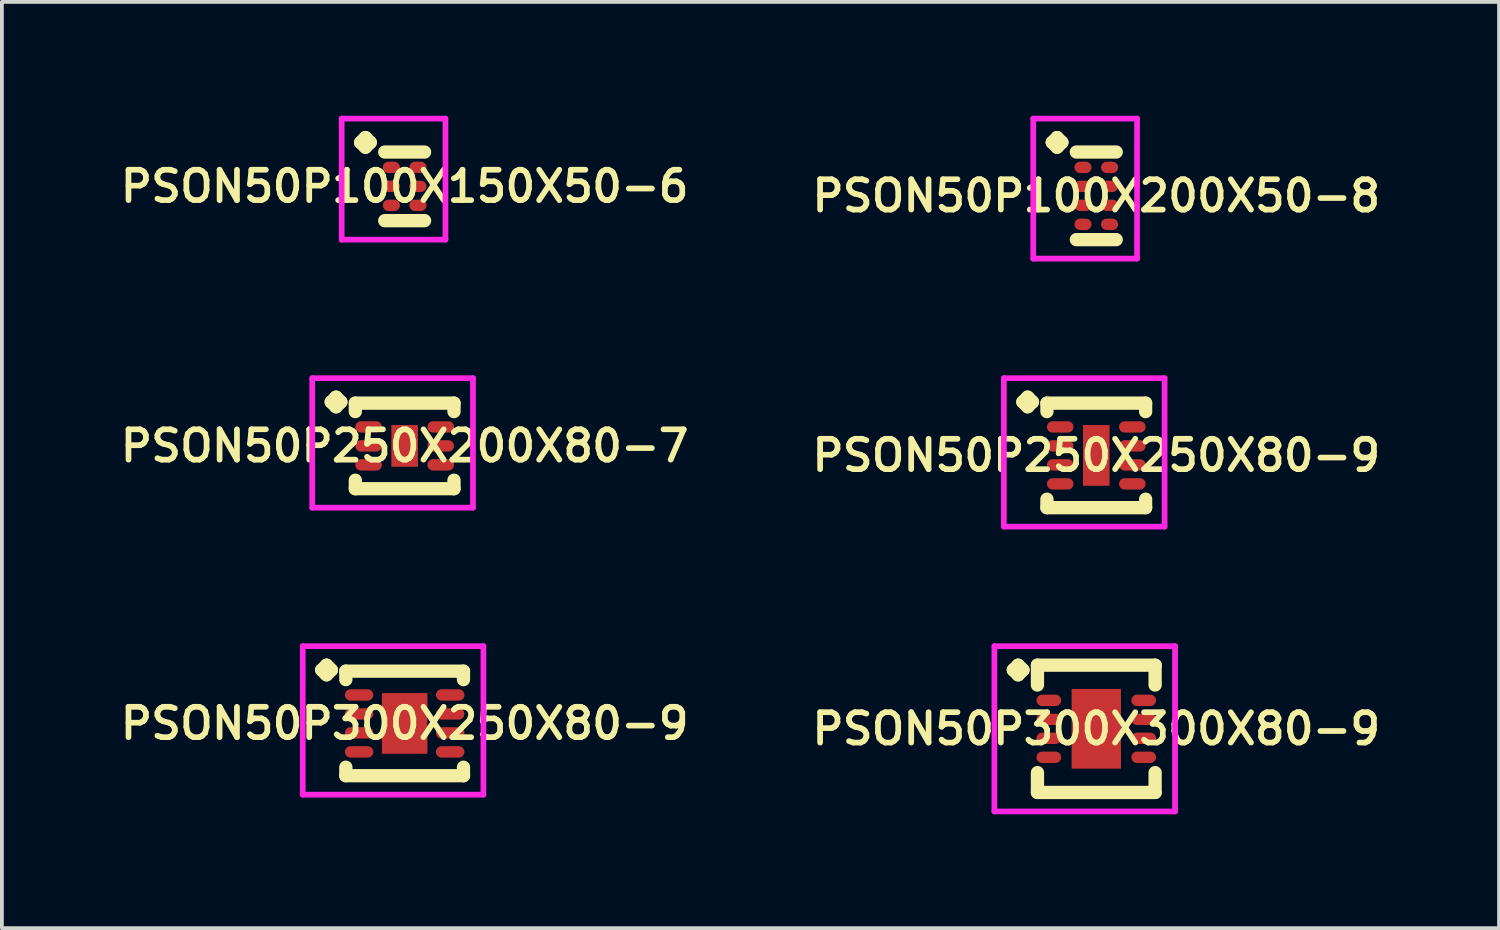
<source format=kicad_pcb>
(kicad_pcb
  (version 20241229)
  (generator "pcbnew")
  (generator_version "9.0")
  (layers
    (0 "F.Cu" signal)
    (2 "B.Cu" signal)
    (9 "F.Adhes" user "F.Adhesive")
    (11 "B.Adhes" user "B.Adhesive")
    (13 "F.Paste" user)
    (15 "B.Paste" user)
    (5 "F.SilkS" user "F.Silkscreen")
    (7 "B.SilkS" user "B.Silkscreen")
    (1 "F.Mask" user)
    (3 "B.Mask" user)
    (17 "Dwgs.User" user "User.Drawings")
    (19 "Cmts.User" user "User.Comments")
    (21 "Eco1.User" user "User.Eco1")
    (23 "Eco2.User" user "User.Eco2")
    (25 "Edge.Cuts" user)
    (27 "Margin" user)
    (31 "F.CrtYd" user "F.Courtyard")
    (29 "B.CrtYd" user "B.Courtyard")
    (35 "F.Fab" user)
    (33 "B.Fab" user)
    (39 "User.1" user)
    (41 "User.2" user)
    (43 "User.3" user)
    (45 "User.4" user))
  (footprint "PSON50P250X250X80-9"
    (layer "F.Cu")
    (at 25.835 8.949)
    (property "Reference" "PSON50P250X250X80-9" (at 0 0 0) (layer "F.SilkS") (effects (font (size 0.8 0.8) (thickness 0.15))))
    (attr smd)
    (fp_line (start -1.935 -1.408) (end -1.808 -1.535) (stroke (width 0.35) (type solid)) (layer "F.SilkS"))
    (fp_line (start -1.808 -1.535) (end -1.681 -1.408) (stroke (width 0.35) (type solid)) (layer "F.SilkS"))
    (fp_line (start -1.808 -1.281) (end -1.935 -1.408) (stroke (width 0.35) (type solid)) (layer "F.SilkS"))
    (fp_line (start -1.681 -1.408) (end -1.808 -1.281) (stroke (width 0.35) (type solid)) (layer "F.SilkS"))
    (fp_line (start -1.3 -1.377) (end 1.3 -1.377) (stroke (width 0.35) (type solid)) (layer "F.SilkS"))
    (fp_line (start -1.3 -1.154) (end -1.3 -1.377) (stroke (width 0.35) (type solid)) (layer "F.SilkS"))
    (fp_line (start -1.3 1.154) (end -1.3 1.377) (stroke (width 0.35) (type solid)) (layer "F.SilkS"))
    (fp_line (start -1.3 1.377) (end 1.3 1.377) (stroke (width 0.35) (type solid)) (layer "F.SilkS"))
    (fp_line (start 1.3 -1.377) (end 1.3 -1.154) (stroke (width 0.35) (type solid)) (layer "F.SilkS"))
    (fp_line (start 1.3 1.377) (end 1.3 1.154) (stroke (width 0.35) (type solid)) (layer "F.SilkS"))
    (fp_line (start -2.435 -2.035) (end 1.8 -2.035) (stroke (width 0.15) (type solid)) (layer "F.CrtYd"))
    (fp_line (start -2.435 1.877) (end -2.435 -2.035) (stroke (width 0.15) (type solid)) (layer "F.CrtYd"))
    (fp_line (start 1.8 -2.035) (end 1.8 1.877) (stroke (width 0.15) (type solid)) (layer "F.CrtYd"))
    (fp_line (start 1.8 1.877) (end -2.435 1.877) (stroke (width 0.15) (type solid)) (layer "F.CrtYd"))
    (pad "1" smd oval (at -0.95 -0.75) (size 0.7 0.3) (layers "F.Cu" "F.Mask" "F.Paste"))
    (pad "2" smd oval (at -0.95 -0.25) (size 0.7 0.3) (layers "F.Cu" "F.Mask" "F.Paste"))
    (pad "3" smd oval (at -0.95 0.25) (size 0.7 0.3) (layers "F.Cu" "F.Mask" "F.Paste"))
    (pad "4" smd oval (at -0.95 0.75) (size 0.7 0.3) (layers "F.Cu" "F.Mask" "F.Paste"))
    (pad "5" smd oval (at 0.95 0.75) (size 0.7 0.3) (layers "F.Cu" "F.Mask" "F.Paste"))
    (pad "6" smd oval (at 0.95 0.25) (size 0.7 0.3) (layers "F.Cu" "F.Mask" "F.Paste"))
    (pad "7" smd oval (at 0.95 -0.25) (size 0.7 0.3) (layers "F.Cu" "F.Mask" "F.Paste"))
    (pad "8" smd oval (at 0.95 -0.75) (size 0.7 0.3) (layers "F.Cu" "F.Mask" "F.Paste"))
    (pad "9" smd rect (at 0 0) (size 0.7 1.6) (layers "F.Cu" "F.Mask" "F.Paste")))
  (footprint "PSON50P300X300X80-9"
    (layer "F.Cu")
    (at 25.835 16.153)
    (property "Reference" "PSON50P300X300X80-9" (at 0 0 0) (layer "F.SilkS") (effects (font (size 0.8 0.8) (thickness 0.15))))
    (attr smd)
    (fp_line (start -2.185 -1.55) (end -2.058 -1.677) (stroke (width 0.35) (type solid)) (layer "F.SilkS"))
    (fp_line (start -2.058 -1.677) (end -1.931 -1.55) (stroke (width 0.35) (type solid)) (layer "F.SilkS"))
    (fp_line (start -2.058 -1.423) (end -2.185 -1.55) (stroke (width 0.35) (type solid)) (layer "F.SilkS"))
    (fp_line (start -1.931 -1.55) (end -2.058 -1.423) (stroke (width 0.35) (type solid)) (layer "F.SilkS"))
    (fp_line (start -1.55 -1.677) (end 1.55 -1.677) (stroke (width 0.35) (type solid)) (layer "F.SilkS"))
    (fp_line (start -1.55 -1.154) (end -1.55 -1.677) (stroke (width 0.35) (type solid)) (layer "F.SilkS"))
    (fp_line (start -1.55 1.154) (end -1.55 1.677) (stroke (width 0.35) (type solid)) (layer "F.SilkS"))
    (fp_line (start -1.55 1.677) (end 1.55 1.677) (stroke (width 0.35) (type solid)) (layer "F.SilkS"))
    (fp_line (start 1.55 -1.677) (end 1.55 -1.154) (stroke (width 0.35) (type solid)) (layer "F.SilkS"))
    (fp_line (start 1.55 1.677) (end 1.55 1.154) (stroke (width 0.35) (type solid)) (layer "F.SilkS"))
    (fp_line (start -2.685 -2.177) (end 2.075 -2.177) (stroke (width 0.15) (type solid)) (layer "F.CrtYd"))
    (fp_line (start -2.685 2.177) (end -2.685 -2.177) (stroke (width 0.15) (type solid)) (layer "F.CrtYd"))
    (fp_line (start 2.075 -2.177) (end 2.075 2.177) (stroke (width 0.15) (type solid)) (layer "F.CrtYd"))
    (fp_line (start 2.075 2.177) (end -2.685 2.177) (stroke (width 0.15) (type solid)) (layer "F.CrtYd"))
    (pad "1" smd oval (at -1.25 -0.75) (size 0.65 0.3) (layers "F.Cu" "F.Mask" "F.Paste"))
    (pad "2" smd oval (at -1.25 -0.25) (size 0.65 0.3) (layers "F.Cu" "F.Mask" "F.Paste"))
    (pad "3" smd oval (at -1.25 0.25) (size 0.65 0.3) (layers "F.Cu" "F.Mask" "F.Paste"))
    (pad "4" smd oval (at -1.25 0.75) (size 0.65 0.3) (layers "F.Cu" "F.Mask" "F.Paste"))
    (pad "5" smd oval (at 1.25 0.75) (size 0.65 0.3) (layers "F.Cu" "F.Mask" "F.Paste"))
    (pad "6" smd oval (at 1.25 0.25) (size 0.65 0.3) (layers "F.Cu" "F.Mask" "F.Paste"))
    (pad "7" smd oval (at 1.25 -0.25) (size 0.65 0.3) (layers "F.Cu" "F.Mask" "F.Paste"))
    (pad "8" smd oval (at 1.25 -0.75) (size 0.65 0.3) (layers "F.Cu" "F.Mask" "F.Paste"))
    (pad "9" smd rect (at 0 0) (size 1.3 2.1) (layers "F.Cu" "F.Mask" "F.Paste")))
  (footprint "PSON50P300X250X80-9"
    (layer "F.Cu")
    (at 7.612 16.011)
    (property "Reference" "PSON50P300X250X80-9" (at 0 0 0) (layer "F.SilkS") (effects (font (size 0.8 0.8) (thickness 0.15))))
    (attr smd)
    (fp_line (start -2.185 -1.408) (end -2.058 -1.535) (stroke (width 0.35) (type solid)) (layer "F.SilkS"))
    (fp_line (start -2.058 -1.535) (end -1.931 -1.408) (stroke (width 0.35) (type solid)) (layer "F.SilkS"))
    (fp_line (start -2.058 -1.281) (end -2.185 -1.408) (stroke (width 0.35) (type solid)) (layer "F.SilkS"))
    (fp_line (start -1.931 -1.408) (end -2.058 -1.281) (stroke (width 0.35) (type solid)) (layer "F.SilkS"))
    (fp_line (start -1.55 -1.377) (end 1.55 -1.377) (stroke (width 0.35) (type solid)) (layer "F.SilkS"))
    (fp_line (start -1.55 -1.154) (end -1.55 -1.377) (stroke (width 0.35) (type solid)) (layer "F.SilkS"))
    (fp_line (start -1.55 1.154) (end -1.55 1.377) (stroke (width 0.35) (type solid)) (layer "F.SilkS"))
    (fp_line (start -1.55 1.377) (end 1.55 1.377) (stroke (width 0.35) (type solid)) (layer "F.SilkS"))
    (fp_line (start 1.55 -1.377) (end 1.55 -1.154) (stroke (width 0.35) (type solid)) (layer "F.SilkS"))
    (fp_line (start 1.55 1.377) (end 1.55 1.154) (stroke (width 0.35) (type solid)) (layer "F.SilkS"))
    (fp_line (start -2.685 -2.035) (end 2.075 -2.035) (stroke (width 0.15) (type solid)) (layer "F.CrtYd"))
    (fp_line (start -2.685 1.877) (end -2.685 -2.035) (stroke (width 0.15) (type solid)) (layer "F.CrtYd"))
    (fp_line (start 2.075 -2.035) (end 2.075 1.877) (stroke (width 0.15) (type solid)) (layer "F.CrtYd"))
    (fp_line (start 2.075 1.877) (end -2.685 1.877) (stroke (width 0.15) (type solid)) (layer "F.CrtYd"))
    (pad "1" smd oval (at -1.2 -0.75) (size 0.75 0.3) (layers "F.Cu" "F.Mask" "F.Paste"))
    (pad "2" smd oval (at -1.2 -0.25) (size 0.75 0.3) (layers "F.Cu" "F.Mask" "F.Paste"))
    (pad "3" smd oval (at -1.2 0.25) (size 0.75 0.3) (layers "F.Cu" "F.Mask" "F.Paste"))
    (pad "4" smd oval (at -1.2 0.75) (size 0.75 0.3) (layers "F.Cu" "F.Mask" "F.Paste"))
    (pad "5" smd oval (at 1.2 0.75) (size 0.75 0.3) (layers "F.Cu" "F.Mask" "F.Paste"))
    (pad "6" smd oval (at 1.2 0.25) (size 0.75 0.3) (layers "F.Cu" "F.Mask" "F.Paste"))
    (pad "7" smd oval (at 1.2 -0.25) (size 0.75 0.3) (layers "F.Cu" "F.Mask" "F.Paste"))
    (pad "8" smd oval (at 1.2 -0.75) (size 0.75 0.3) (layers "F.Cu" "F.Mask" "F.Paste"))
    (pad "9" smd rect (at 0 0) (size 1.2 1.6) (layers "F.Cu" "F.Mask" "F.Paste")))
  (footprint "PSON50P100X200X50-8"
    (layer "F.Cu")
    (at 25.835 2.11)
    (property "Reference" "PSON50P100X200X50-8" (at 0 0 0) (layer "F.SilkS") (effects (font (size 0.8 0.8) (thickness 0.15))))
    (attr smd)
    (fp_line (start -1.16 -1.408) (end -1.033 -1.535) (stroke (width 0.35) (type solid)) (layer "F.SilkS"))
    (fp_line (start -1.033 -1.535) (end -0.906 -1.408) (stroke (width 0.35) (type solid)) (layer "F.SilkS"))
    (fp_line (start -1.033 -1.281) (end -1.16 -1.408) (stroke (width 0.35) (type solid)) (layer "F.SilkS"))
    (fp_line (start -0.906 -1.408) (end -1.033 -1.281) (stroke (width 0.35) (type solid)) (layer "F.SilkS"))
    (fp_line (start -0.525 -1.154) (end 0.525 -1.154) (stroke (width 0.35) (type solid)) (layer "F.SilkS"))
    (fp_line (start -0.525 1.154) (end 0.525 1.154) (stroke (width 0.35) (type solid)) (layer "F.SilkS"))
    (fp_line (start -1.66 -2.035) (end 1.075 -2.035) (stroke (width 0.15) (type solid)) (layer "F.CrtYd"))
    (fp_line (start -1.66 1.654) (end -1.66 -2.035) (stroke (width 0.15) (type solid)) (layer "F.CrtYd"))
    (fp_line (start 1.075 -2.035) (end 1.075 1.654) (stroke (width 0.15) (type solid)) (layer "F.CrtYd"))
    (fp_line (start 1.075 1.654) (end -1.66 1.654) (stroke (width 0.15) (type solid)) (layer "F.CrtYd"))
    (pad "1" smd oval (at -0.35 -0.75) (size 0.45 0.3) (layers "F.Cu" "F.Mask" "F.Paste"))
    (pad "2" smd oval (at -0.35 -0.25) (size 0.45 0.3) (layers "F.Cu" "F.Mask" "F.Paste"))
    (pad "3" smd oval (at -0.35 0.25) (size 0.45 0.3) (layers "F.Cu" "F.Mask" "F.Paste"))
    (pad "4" smd oval (at -0.35 0.75) (size 0.45 0.3) (layers "F.Cu" "F.Mask" "F.Paste"))
    (pad "5" smd oval (at 0.35 0.75) (size 0.45 0.3) (layers "F.Cu" "F.Mask" "F.Paste"))
    (pad "6" smd oval (at 0.35 0.25) (size 0.45 0.3) (layers "F.Cu" "F.Mask" "F.Paste"))
    (pad "7" smd oval (at 0.35 -0.25) (size 0.45 0.3) (layers "F.Cu" "F.Mask" "F.Paste"))
    (pad "8" smd oval (at 0.35 -0.75) (size 0.45 0.3) (layers "F.Cu" "F.Mask" "F.Paste")))
  (footprint "PSON50P250X200X80-7"
    (layer "F.Cu")
    (at 7.612 8.699)
    (property "Reference" "PSON50P250X200X80-7" (at 0 0 0) (layer "F.SilkS") (effects (font (size 0.8 0.8) (thickness 0.15))))
    (attr smd)
    (fp_line (start -1.935 -1.158) (end -1.808 -1.285) (stroke (width 0.35) (type solid)) (layer "F.SilkS"))
    (fp_line (start -1.808 -1.285) (end -1.681 -1.158) (stroke (width 0.35) (type solid)) (layer "F.SilkS"))
    (fp_line (start -1.808 -1.031) (end -1.935 -1.158) (stroke (width 0.35) (type solid)) (layer "F.SilkS"))
    (fp_line (start -1.681 -1.158) (end -1.808 -1.031) (stroke (width 0.35) (type solid)) (layer "F.SilkS"))
    (fp_line (start -1.3 -1.127) (end 1.3 -1.127) (stroke (width 0.35) (type solid)) (layer "F.SilkS"))
    (fp_line (start -1.3 -0.904) (end -1.3 -1.127) (stroke (width 0.35) (type solid)) (layer "F.SilkS"))
    (fp_line (start -1.3 0.904) (end -1.3 1.127) (stroke (width 0.35) (type solid)) (layer "F.SilkS"))
    (fp_line (start -1.3 1.127) (end 1.3 1.127) (stroke (width 0.35) (type solid)) (layer "F.SilkS"))
    (fp_line (start 1.3 -1.127) (end 1.3 -0.904) (stroke (width 0.35) (type solid)) (layer "F.SilkS"))
    (fp_line (start 1.3 1.127) (end 1.3 0.904) (stroke (width 0.35) (type solid)) (layer "F.SilkS"))
    (fp_line (start -2.435 -1.785) (end 1.8 -1.785) (stroke (width 0.15) (type solid)) (layer "F.CrtYd"))
    (fp_line (start -2.435 1.627) (end -2.435 -1.785) (stroke (width 0.15) (type solid)) (layer "F.CrtYd"))
    (fp_line (start 1.8 -1.785) (end 1.8 1.627) (stroke (width 0.15) (type solid)) (layer "F.CrtYd"))
    (fp_line (start 1.8 1.627) (end -2.435 1.627) (stroke (width 0.15) (type solid)) (layer "F.CrtYd"))
    (pad "1" smd oval (at -0.95 -0.5) (size 0.7 0.3) (layers "F.Cu" "F.Mask" "F.Paste"))
    (pad "2" smd oval (at -0.95 0) (size 0.7 0.3) (layers "F.Cu" "F.Mask" "F.Paste"))
    (pad "3" smd oval (at -0.95 0.5) (size 0.7 0.3) (layers "F.Cu" "F.Mask" "F.Paste"))
    (pad "4" smd oval (at 0.95 0.5) (size 0.7 0.3) (layers "F.Cu" "F.Mask" "F.Paste"))
    (pad "5" smd oval (at 0.95 0) (size 0.7 0.3) (layers "F.Cu" "F.Mask" "F.Paste"))
    (pad "6" smd oval (at 0.95 -0.5) (size 0.7 0.3) (layers "F.Cu" "F.Mask" "F.Paste"))
    (pad "7" smd rect (at 0 0) (size 0.7 1.1) (layers "F.Cu" "F.Mask" "F.Paste")))
  (footprint "PSON50P100X150X50-6"
    (layer "F.Cu")
    (at 7.612 1.86)
    (property "Reference" "PSON50P100X150X50-6" (at 0 0 0) (layer "F.SilkS") (effects (font (size 0.8 0.8) (thickness 0.15))))
    (attr smd)
    (fp_line (start -1.16 -1.158) (end -1.033 -1.285) (stroke (width 0.35) (type solid)) (layer "F.SilkS"))
    (fp_line (start -1.033 -1.285) (end -0.906 -1.158) (stroke (width 0.35) (type solid)) (layer "F.SilkS"))
    (fp_line (start -1.033 -1.031) (end -1.16 -1.158) (stroke (width 0.35) (type solid)) (layer "F.SilkS"))
    (fp_line (start -0.906 -1.158) (end -1.033 -1.031) (stroke (width 0.35) (type solid)) (layer "F.SilkS"))
    (fp_line (start -0.525 -0.904) (end 0.525 -0.904) (stroke (width 0.35) (type solid)) (layer "F.SilkS"))
    (fp_line (start -0.525 0.904) (end 0.525 0.904) (stroke (width 0.35) (type solid)) (layer "F.SilkS"))
    (fp_line (start -1.66 -1.785) (end 1.075 -1.785) (stroke (width 0.15) (type solid)) (layer "F.CrtYd"))
    (fp_line (start -1.66 1.404) (end -1.66 -1.785) (stroke (width 0.15) (type solid)) (layer "F.CrtYd"))
    (fp_line (start 1.075 -1.785) (end 1.075 1.404) (stroke (width 0.15) (type solid)) (layer "F.CrtYd"))
    (fp_line (start 1.075 1.404) (end -1.66 1.404) (stroke (width 0.15) (type solid)) (layer "F.CrtYd"))
    (pad "1" smd oval (at -0.35 -0.5) (size 0.45 0.3) (layers "F.Cu" "F.Mask" "F.Paste"))
    (pad "2" smd oval (at -0.35 0) (size 0.45 0.3) (layers "F.Cu" "F.Mask" "F.Paste"))
    (pad "3" smd oval (at -0.35 0.5) (size 0.45 0.3) (layers "F.Cu" "F.Mask" "F.Paste"))
    (pad "4" smd oval (at 0.35 0.5) (size 0.45 0.3) (layers "F.Cu" "F.Mask" "F.Paste"))
    (pad "5" smd oval (at 0.35 0) (size 0.45 0.3) (layers "F.Cu" "F.Mask" "F.Paste"))
    (pad "6" smd oval (at 0.35 -0.5) (size 0.45 0.3) (layers "F.Cu" "F.Mask" "F.Paste")))
  (gr_rect
    (start -3 -3)
    (end 36.447 21.405)
    (stroke (width 0.1) (type default))
    (fill no)
    (layer "Edge.Cuts")))
</source>
